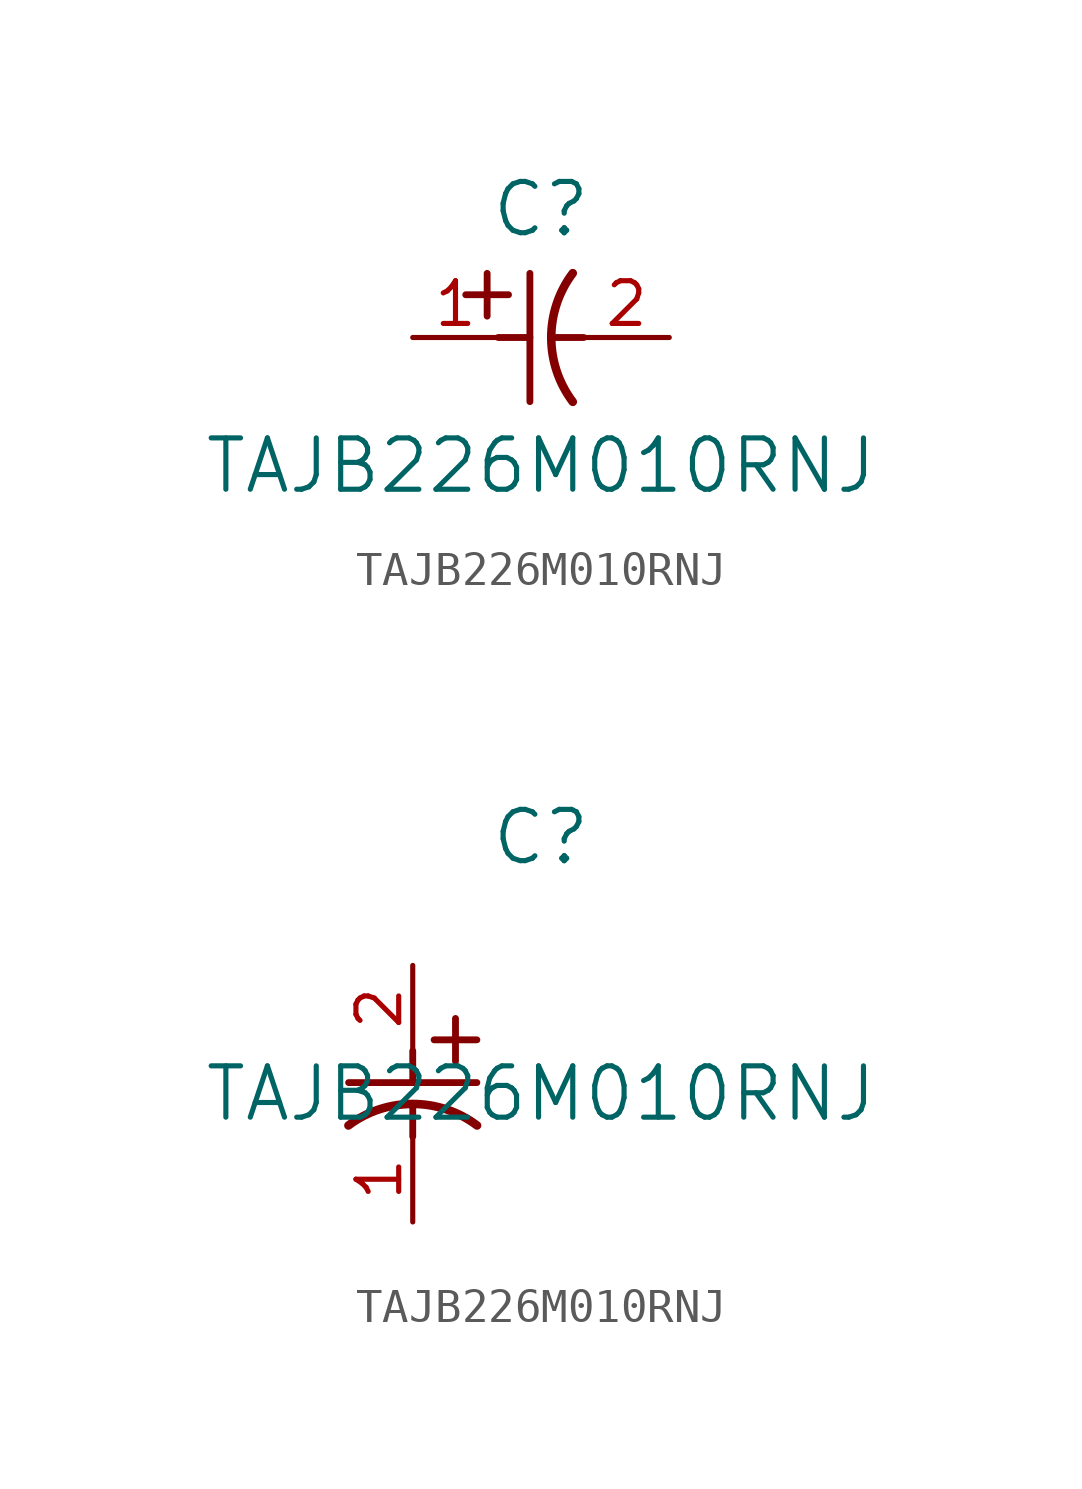
<source format=kicad_sym>
(kicad_symbol_lib
  (version 20211014)
  (generator kicad_symbol_editor)
  (symbol "TAJB226M010RNJ"
    (pin_names
      (offset 0.254))
    (property "Reference" "C"
      (at 3.81 3.81 0)
      (effects (font (size 1.524 1.524))))
    (property "Value" "TAJB226M010RNJ"
      (at 3.81 -3.81 0)
      (effects (font (size 1.524 1.524))))
    (symbol "TAJB226M010RNJ_1_1"
      (polyline (pts (xy 2.21 0.635) (xy 2.21 1.905)) (stroke (width 0.203) (type default) (color 0 0 0 0)) (fill (type none)))
      (arc (start 4.754132 1.910763) (mid 4.1148 0) (end 4.754132 -1.910763) (stroke (width 0.254) (type default) (color 0 0 0 0)) (fill (type none)))
      (polyline (pts (xy 4.115 0) (xy 5.08 0)) (stroke (width 0.203) (type default) (color 0 0 0 0)) (fill (type none)))
      (polyline (pts (xy 3.48 -1.905) (xy 3.48 1.905)) (stroke (width 0.203) (type default) (color 0 0 0 0)) (fill (type none)))
      (polyline (pts (xy 1.575 1.27) (xy 2.845 1.27)) (stroke (width 0.203) (type default) (color 0 0 0 0)) (fill (type none)))
      (polyline (pts (xy 2.54 0) (xy 3.48 0)) (stroke (width 0.203) (type default) (color 0 0 0 0)) (fill (type none)))
      (pin unspecified line (at 0 0 0) (length 2.54) (name "" (effects (font (size 1.27 1.27)))) (number "1" (effects (font (size 1.27 1.27)))))
      (pin unspecified line (at 7.62 0 180) (length 2.54) (name "" (effects (font (size 1.27 1.27)))) (number "2" (effects (font (size 1.27 1.27))))))
    (symbol "TAJB226M010RNJ_1_2"
      (polyline (pts (xy 0 -2.54) (xy 0 -3.48)) (stroke (width 0.203) (type default) (color 0 0 0 0)) (fill (type none)))
      (arc (start 1.910763 -4.754132) (mid 0 -4.1148) (end -1.910763 -4.754132) (stroke (width 0.254) (type default) (color 0 0 0 0)) (fill (type none)))
      (polyline (pts (xy -1.905 -3.48) (xy 1.905 -3.48)) (stroke (width 0.203) (type default) (color 0 0 0 0)) (fill (type none)))
      (polyline (pts (xy 0.635 -2.21) (xy 1.905 -2.21)) (stroke (width 0.203) (type default) (color 0 0 0 0)) (fill (type none)))
      (polyline (pts (xy 1.27 -1.575) (xy 1.27 -2.845)) (stroke (width 0.203) (type default) (color 0 0 0 0)) (fill (type none)))
      (polyline (pts (xy 0 -4.115) (xy 0 -5.08)) (stroke (width 0.203) (type default) (color 0 0 0 0)) (fill (type none)))
      (pin unspecified line (at 0 -7.62 90) (length 2.54) (name "" (effects (font (size 1.27 1.27)))) (number "1" (effects (font (size 1.27 1.27)))))
      (pin unspecified line (at 0 0 270) (length 2.54) (name "" (effects (font (size 1.27 1.27)))) (number "2" (effects (font (size 1.27 1.27))))))))
</source>
